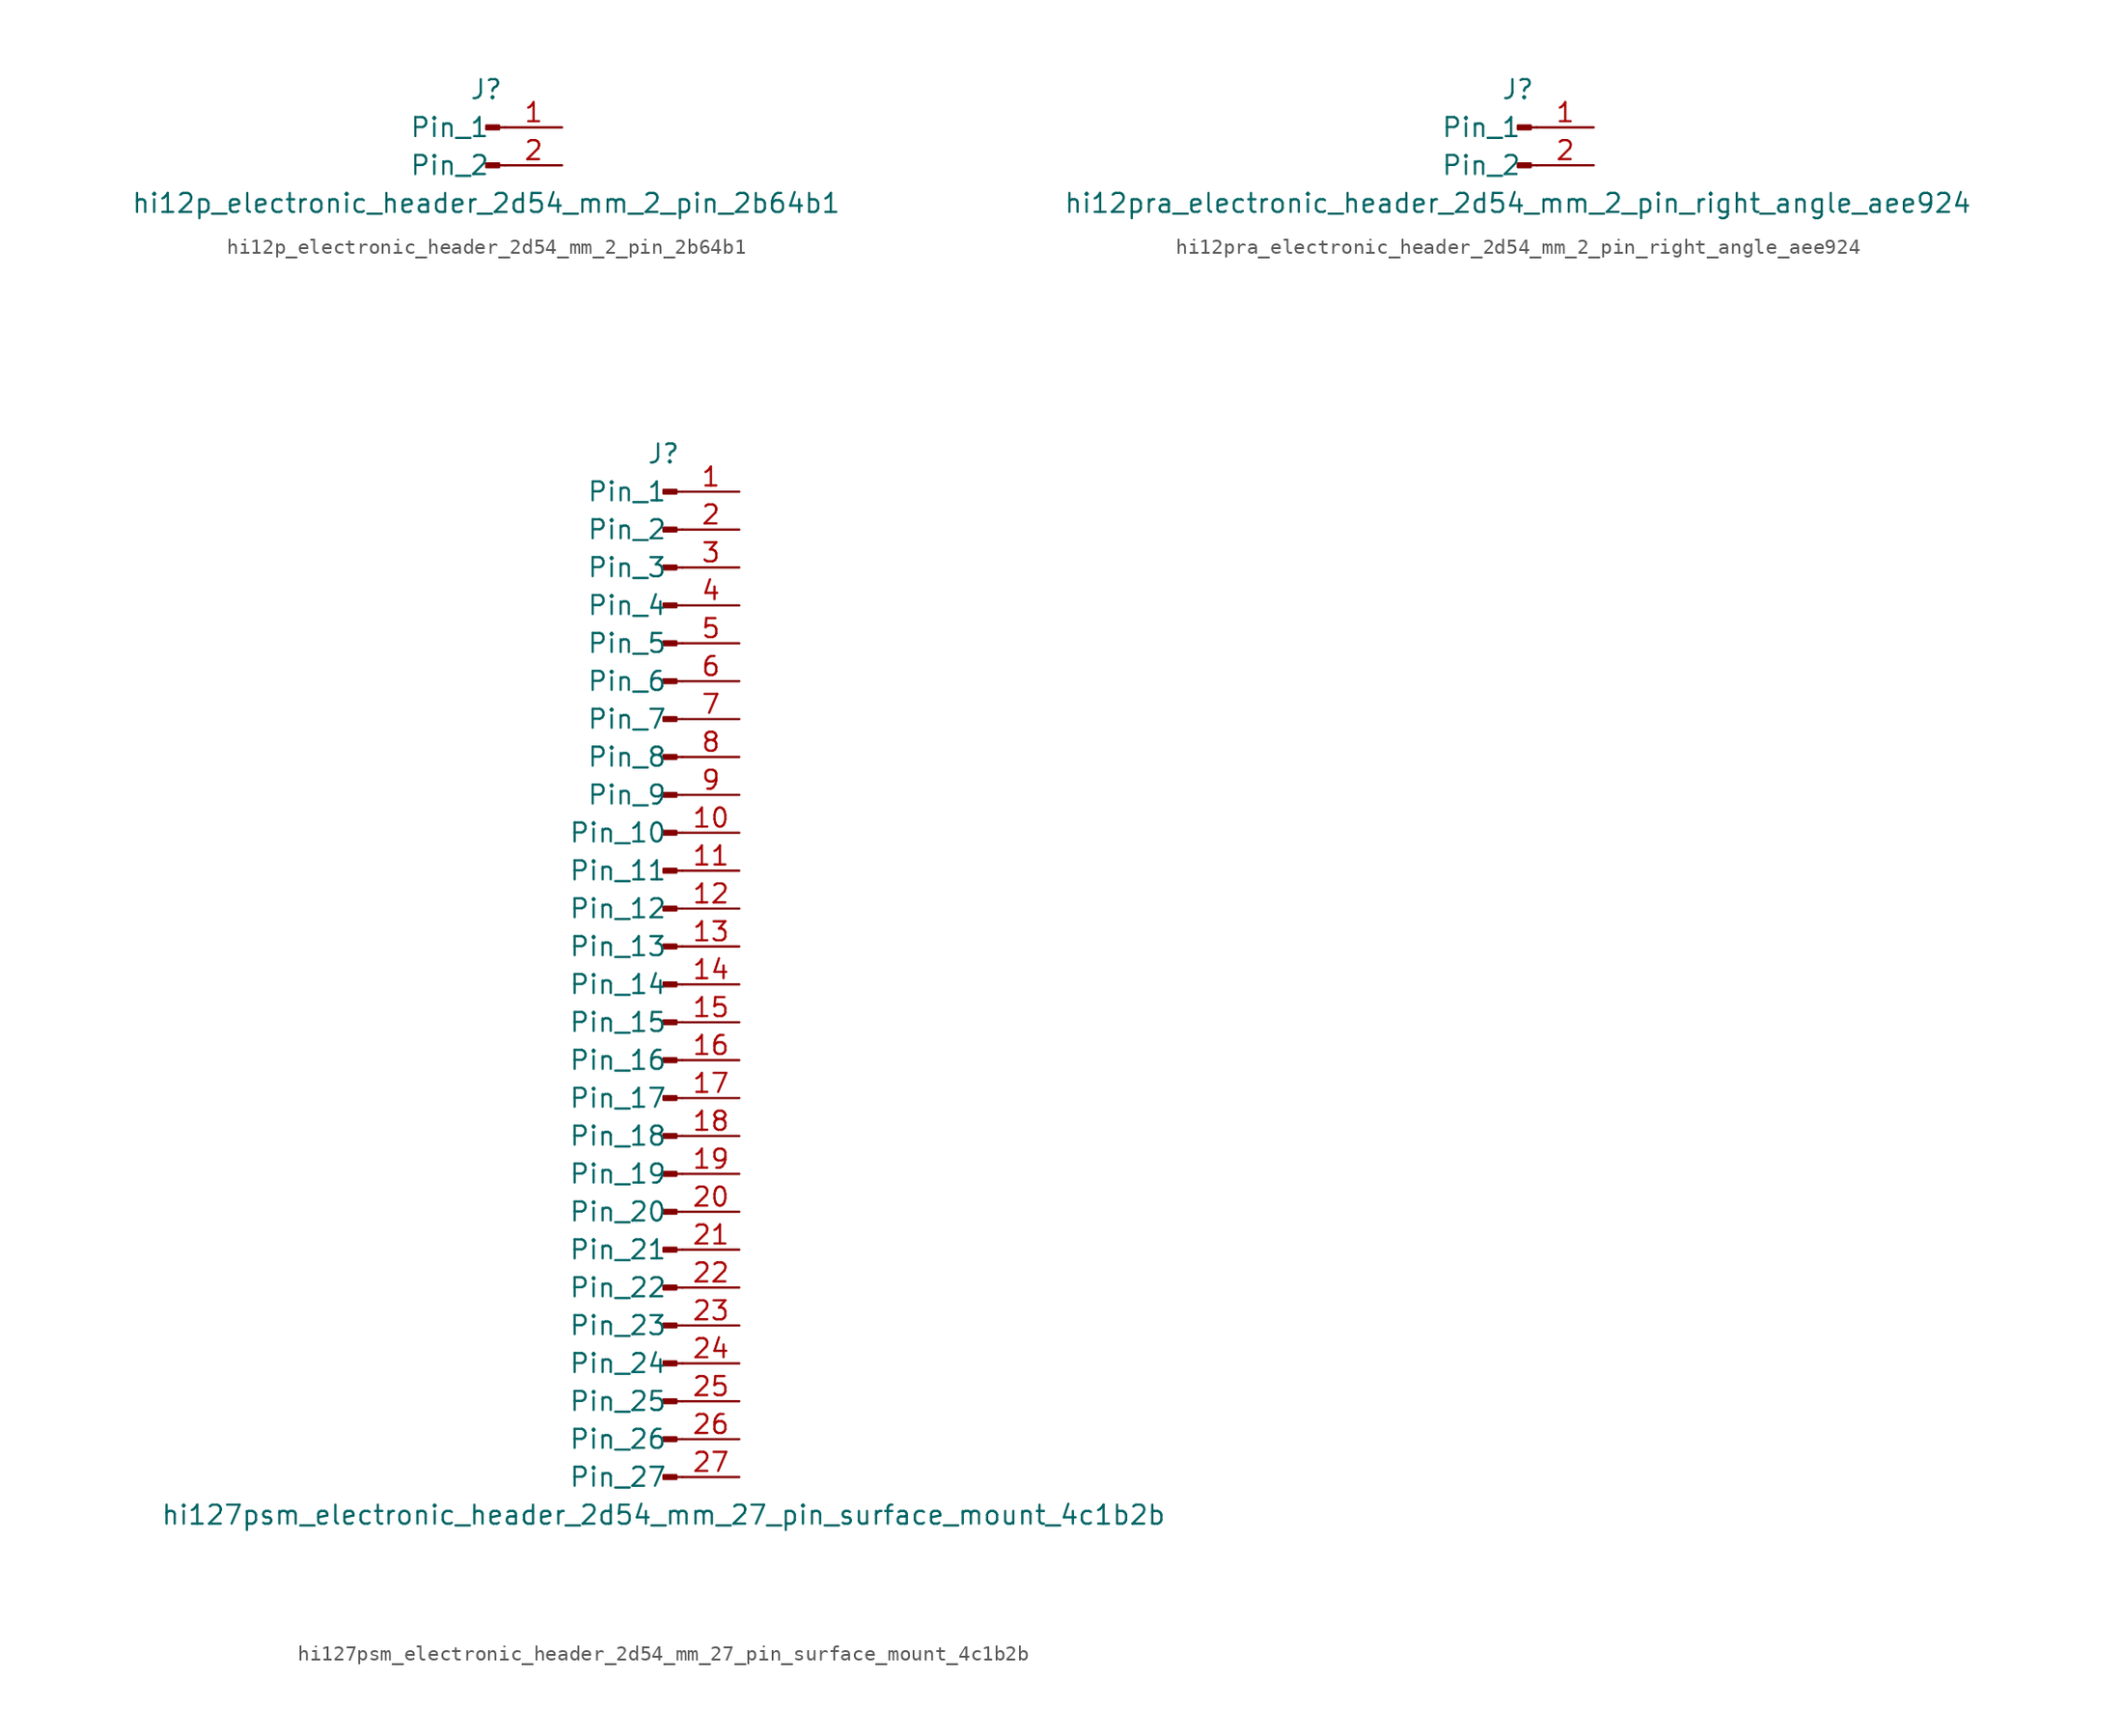
<source format=kicad_sym>
(kicad_symbol_lib
  (version 20220914)
  (generator kicad_symbol_editor)
  (symbol "hi12p_electronic_header_2d54_mm_2_pin_2b64b1"
    (pin_names
      (offset 1.016))
    (property "Reference" "J"
      (at 0 2.54 0)
      (effects (font (size 1.27 1.27))))
    (property "Value" "hi12p_electronic_header_2d54_mm_2_pin_2b64b1"
      (at 0 -5.08 0)
      (effects (font (size 1.27 1.27))))
    (property "ki_locked" ""
      (at 0 0 0)
      (effects (font (size 1.27 1.27))))
    (symbol "hi12p_electronic_header_2d54_mm_2_pin_2b64b1_1_1"
      (polyline (pts (xy 1.27 -2.54) (xy 0.864 -2.54)) (stroke (width 0.152) (type default)) (fill (type none)))
      (polyline (pts (xy 1.27 0) (xy 0.864 0)) (stroke (width 0.152) (type default)) (fill (type none)))
      (rectangle (start 0.864 -2.413) (end 0 -2.667) (stroke (width 0.152) (type default)) (fill (type outline)))
      (rectangle (start 0.864 0.127) (end 0 -0.127) (stroke (width 0.152) (type default)) (fill (type outline)))
      (pin passive line (at 5.08 0 180) (length 3.81) (name "Pin_1" (effects (font (size 1.27 1.27)))) (number "1" (effects (font (size 1.27 1.27)))))
      (pin passive line (at 5.08 -2.54 180) (length 3.81) (name "Pin_2" (effects (font (size 1.27 1.27)))) (number "2" (effects (font (size 1.27 1.27)))))))
  (symbol "hi12pra_electronic_header_2d54_mm_2_pin_right_angle_aee924"
    (pin_names
      (offset 1.016))
    (property "Reference" "J"
      (at 0 2.54 0)
      (effects (font (size 1.27 1.27))))
    (property "Value" "hi12pra_electronic_header_2d54_mm_2_pin_right_angle_aee924"
      (at 0 -5.08 0)
      (effects (font (size 1.27 1.27))))
    (property "ki_locked" ""
      (at 0 0 0)
      (effects (font (size 1.27 1.27))))
    (symbol "hi12pra_electronic_header_2d54_mm_2_pin_right_angle_aee924_1_1"
      (polyline (pts (xy 1.27 -2.54) (xy 0.864 -2.54)) (stroke (width 0.152) (type default)) (fill (type none)))
      (polyline (pts (xy 1.27 0) (xy 0.864 0)) (stroke (width 0.152) (type default)) (fill (type none)))
      (rectangle (start 0.864 -2.413) (end 0 -2.667) (stroke (width 0.152) (type default)) (fill (type outline)))
      (rectangle (start 0.864 0.127) (end 0 -0.127) (stroke (width 0.152) (type default)) (fill (type outline)))
      (pin passive line (at 5.08 0 180) (length 3.81) (name "Pin_1" (effects (font (size 1.27 1.27)))) (number "1" (effects (font (size 1.27 1.27)))))
      (pin passive line (at 5.08 -2.54 180) (length 3.81) (name "Pin_2" (effects (font (size 1.27 1.27)))) (number "2" (effects (font (size 1.27 1.27)))))))
  (symbol "hi127psm_electronic_header_2d54_mm_27_pin_surface_mount_4c1b2b"
    (pin_names
      (offset 1.016))
    (property "Reference" "J"
      (at 0 35.56 0)
      (effects (font (size 1.27 1.27))))
    (property "Value" "hi127psm_electronic_header_2d54_mm_27_pin_surface_mount_4c1b2b"
      (at 0 -35.56 0)
      (effects (font (size 1.27 1.27))))
    (property "ki_locked" ""
      (at 0 0 0)
      (effects (font (size 1.27 1.27))))
    (symbol "hi127psm_electronic_header_2d54_mm_27_pin_surface_mount_4c1b2b_1_1"
      (polyline (pts (xy 1.27 -33.02) (xy 0.864 -33.02)) (stroke (width 0.152) (type default)) (fill (type none)))
      (polyline (pts (xy 1.27 -30.48) (xy 0.864 -30.48)) (stroke (width 0.152) (type default)) (fill (type none)))
      (polyline (pts (xy 1.27 -27.94) (xy 0.864 -27.94)) (stroke (width 0.152) (type default)) (fill (type none)))
      (polyline (pts (xy 1.27 -25.4) (xy 0.864 -25.4)) (stroke (width 0.152) (type default)) (fill (type none)))
      (polyline (pts (xy 1.27 -22.86) (xy 0.864 -22.86)) (stroke (width 0.152) (type default)) (fill (type none)))
      (polyline (pts (xy 1.27 -20.32) (xy 0.864 -20.32)) (stroke (width 0.152) (type default)) (fill (type none)))
      (polyline (pts (xy 1.27 -17.78) (xy 0.864 -17.78)) (stroke (width 0.152) (type default)) (fill (type none)))
      (polyline (pts (xy 1.27 -15.24) (xy 0.864 -15.24)) (stroke (width 0.152) (type default)) (fill (type none)))
      (polyline (pts (xy 1.27 -12.7) (xy 0.864 -12.7)) (stroke (width 0.152) (type default)) (fill (type none)))
      (polyline (pts (xy 1.27 -10.16) (xy 0.864 -10.16)) (stroke (width 0.152) (type default)) (fill (type none)))
      (polyline (pts (xy 1.27 -7.62) (xy 0.864 -7.62)) (stroke (width 0.152) (type default)) (fill (type none)))
      (polyline (pts (xy 1.27 -5.08) (xy 0.864 -5.08)) (stroke (width 0.152) (type default)) (fill (type none)))
      (polyline (pts (xy 1.27 -2.54) (xy 0.864 -2.54)) (stroke (width 0.152) (type default)) (fill (type none)))
      (polyline (pts (xy 1.27 0) (xy 0.864 0)) (stroke (width 0.152) (type default)) (fill (type none)))
      (polyline (pts (xy 1.27 2.54) (xy 0.864 2.54)) (stroke (width 0.152) (type default)) (fill (type none)))
      (polyline (pts (xy 1.27 5.08) (xy 0.864 5.08)) (stroke (width 0.152) (type default)) (fill (type none)))
      (polyline (pts (xy 1.27 7.62) (xy 0.864 7.62)) (stroke (width 0.152) (type default)) (fill (type none)))
      (polyline (pts (xy 1.27 10.16) (xy 0.864 10.16)) (stroke (width 0.152) (type default)) (fill (type none)))
      (polyline (pts (xy 1.27 12.7) (xy 0.864 12.7)) (stroke (width 0.152) (type default)) (fill (type none)))
      (polyline (pts (xy 1.27 15.24) (xy 0.864 15.24)) (stroke (width 0.152) (type default)) (fill (type none)))
      (polyline (pts (xy 1.27 17.78) (xy 0.864 17.78)) (stroke (width 0.152) (type default)) (fill (type none)))
      (polyline (pts (xy 1.27 20.32) (xy 0.864 20.32)) (stroke (width 0.152) (type default)) (fill (type none)))
      (polyline (pts (xy 1.27 22.86) (xy 0.864 22.86)) (stroke (width 0.152) (type default)) (fill (type none)))
      (polyline (pts (xy 1.27 25.4) (xy 0.864 25.4)) (stroke (width 0.152) (type default)) (fill (type none)))
      (polyline (pts (xy 1.27 27.94) (xy 0.864 27.94)) (stroke (width 0.152) (type default)) (fill (type none)))
      (polyline (pts (xy 1.27 30.48) (xy 0.864 30.48)) (stroke (width 0.152) (type default)) (fill (type none)))
      (polyline (pts (xy 1.27 33.02) (xy 0.864 33.02)) (stroke (width 0.152) (type default)) (fill (type none)))
      (rectangle (start 0.864 -32.893) (end 0 -33.147) (stroke (width 0.152) (type default)) (fill (type outline)))
      (rectangle (start 0.864 -30.353) (end 0 -30.607) (stroke (width 0.152) (type default)) (fill (type outline)))
      (rectangle (start 0.864 -27.813) (end 0 -28.067) (stroke (width 0.152) (type default)) (fill (type outline)))
      (rectangle (start 0.864 -25.273) (end 0 -25.527) (stroke (width 0.152) (type default)) (fill (type outline)))
      (rectangle (start 0.864 -22.733) (end 0 -22.987) (stroke (width 0.152) (type default)) (fill (type outline)))
      (rectangle (start 0.864 -20.193) (end 0 -20.447) (stroke (width 0.152) (type default)) (fill (type outline)))
      (rectangle (start 0.864 -17.653) (end 0 -17.907) (stroke (width 0.152) (type default)) (fill (type outline)))
      (rectangle (start 0.864 -15.113) (end 0 -15.367) (stroke (width 0.152) (type default)) (fill (type outline)))
      (rectangle (start 0.864 -12.573) (end 0 -12.827) (stroke (width 0.152) (type default)) (fill (type outline)))
      (rectangle (start 0.864 -10.033) (end 0 -10.287) (stroke (width 0.152) (type default)) (fill (type outline)))
      (rectangle (start 0.864 -7.493) (end 0 -7.747) (stroke (width 0.152) (type default)) (fill (type outline)))
      (rectangle (start 0.864 -4.953) (end 0 -5.207) (stroke (width 0.152) (type default)) (fill (type outline)))
      (rectangle (start 0.864 -2.413) (end 0 -2.667) (stroke (width 0.152) (type default)) (fill (type outline)))
      (rectangle (start 0.864 0.127) (end 0 -0.127) (stroke (width 0.152) (type default)) (fill (type outline)))
      (rectangle (start 0.864 2.667) (end 0 2.413) (stroke (width 0.152) (type default)) (fill (type outline)))
      (rectangle (start 0.864 5.207) (end 0 4.953) (stroke (width 0.152) (type default)) (fill (type outline)))
      (rectangle (start 0.864 7.747) (end 0 7.493) (stroke (width 0.152) (type default)) (fill (type outline)))
      (rectangle (start 0.864 10.287) (end 0 10.033) (stroke (width 0.152) (type default)) (fill (type outline)))
      (rectangle (start 0.864 12.827) (end 0 12.573) (stroke (width 0.152) (type default)) (fill (type outline)))
      (rectangle (start 0.864 15.367) (end 0 15.113) (stroke (width 0.152) (type default)) (fill (type outline)))
      (rectangle (start 0.864 17.907) (end 0 17.653) (stroke (width 0.152) (type default)) (fill (type outline)))
      (rectangle (start 0.864 20.447) (end 0 20.193) (stroke (width 0.152) (type default)) (fill (type outline)))
      (rectangle (start 0.864 22.987) (end 0 22.733) (stroke (width 0.152) (type default)) (fill (type outline)))
      (rectangle (start 0.864 25.527) (end 0 25.273) (stroke (width 0.152) (type default)) (fill (type outline)))
      (rectangle (start 0.864 28.067) (end 0 27.813) (stroke (width 0.152) (type default)) (fill (type outline)))
      (rectangle (start 0.864 30.607) (end 0 30.353) (stroke (width 0.152) (type default)) (fill (type outline)))
      (rectangle (start 0.864 33.147) (end 0 32.893) (stroke (width 0.152) (type default)) (fill (type outline)))
      (pin passive line (at 5.08 33.02 180) (length 3.81) (name "Pin_1" (effects (font (size 1.27 1.27)))) (number "1" (effects (font (size 1.27 1.27)))))
      (pin passive line (at 5.08 10.16 180) (length 3.81) (name "Pin_10" (effects (font (size 1.27 1.27)))) (number "10" (effects (font (size 1.27 1.27)))))
      (pin passive line (at 5.08 7.62 180) (length 3.81) (name "Pin_11" (effects (font (size 1.27 1.27)))) (number "11" (effects (font (size 1.27 1.27)))))
      (pin passive line (at 5.08 5.08 180) (length 3.81) (name "Pin_12" (effects (font (size 1.27 1.27)))) (number "12" (effects (font (size 1.27 1.27)))))
      (pin passive line (at 5.08 2.54 180) (length 3.81) (name "Pin_13" (effects (font (size 1.27 1.27)))) (number "13" (effects (font (size 1.27 1.27)))))
      (pin passive line (at 5.08 0 180) (length 3.81) (name "Pin_14" (effects (font (size 1.27 1.27)))) (number "14" (effects (font (size 1.27 1.27)))))
      (pin passive line (at 5.08 -2.54 180) (length 3.81) (name "Pin_15" (effects (font (size 1.27 1.27)))) (number "15" (effects (font (size 1.27 1.27)))))
      (pin passive line (at 5.08 -5.08 180) (length 3.81) (name "Pin_16" (effects (font (size 1.27 1.27)))) (number "16" (effects (font (size 1.27 1.27)))))
      (pin passive line (at 5.08 -7.62 180) (length 3.81) (name "Pin_17" (effects (font (size 1.27 1.27)))) (number "17" (effects (font (size 1.27 1.27)))))
      (pin passive line (at 5.08 -10.16 180) (length 3.81) (name "Pin_18" (effects (font (size 1.27 1.27)))) (number "18" (effects (font (size 1.27 1.27)))))
      (pin passive line (at 5.08 -12.7 180) (length 3.81) (name "Pin_19" (effects (font (size 1.27 1.27)))) (number "19" (effects (font (size 1.27 1.27)))))
      (pin passive line (at 5.08 30.48 180) (length 3.81) (name "Pin_2" (effects (font (size 1.27 1.27)))) (number "2" (effects (font (size 1.27 1.27)))))
      (pin passive line (at 5.08 -15.24 180) (length 3.81) (name "Pin_20" (effects (font (size 1.27 1.27)))) (number "20" (effects (font (size 1.27 1.27)))))
      (pin passive line (at 5.08 -17.78 180) (length 3.81) (name "Pin_21" (effects (font (size 1.27 1.27)))) (number "21" (effects (font (size 1.27 1.27)))))
      (pin passive line (at 5.08 -20.32 180) (length 3.81) (name "Pin_22" (effects (font (size 1.27 1.27)))) (number "22" (effects (font (size 1.27 1.27)))))
      (pin passive line (at 5.08 -22.86 180) (length 3.81) (name "Pin_23" (effects (font (size 1.27 1.27)))) (number "23" (effects (font (size 1.27 1.27)))))
      (pin passive line (at 5.08 -25.4 180) (length 3.81) (name "Pin_24" (effects (font (size 1.27 1.27)))) (number "24" (effects (font (size 1.27 1.27)))))
      (pin passive line (at 5.08 -27.94 180) (length 3.81) (name "Pin_25" (effects (font (size 1.27 1.27)))) (number "25" (effects (font (size 1.27 1.27)))))
      (pin passive line (at 5.08 -30.48 180) (length 3.81) (name "Pin_26" (effects (font (size 1.27 1.27)))) (number "26" (effects (font (size 1.27 1.27)))))
      (pin passive line (at 5.08 -33.02 180) (length 3.81) (name "Pin_27" (effects (font (size 1.27 1.27)))) (number "27" (effects (font (size 1.27 1.27)))))
      (pin passive line (at 5.08 27.94 180) (length 3.81) (name "Pin_3" (effects (font (size 1.27 1.27)))) (number "3" (effects (font (size 1.27 1.27)))))
      (pin passive line (at 5.08 25.4 180) (length 3.81) (name "Pin_4" (effects (font (size 1.27 1.27)))) (number "4" (effects (font (size 1.27 1.27)))))
      (pin passive line (at 5.08 22.86 180) (length 3.81) (name "Pin_5" (effects (font (size 1.27 1.27)))) (number "5" (effects (font (size 1.27 1.27)))))
      (pin passive line (at 5.08 20.32 180) (length 3.81) (name "Pin_6" (effects (font (size 1.27 1.27)))) (number "6" (effects (font (size 1.27 1.27)))))
      (pin passive line (at 5.08 17.78 180) (length 3.81) (name "Pin_7" (effects (font (size 1.27 1.27)))) (number "7" (effects (font (size 1.27 1.27)))))
      (pin passive line (at 5.08 15.24 180) (length 3.81) (name "Pin_8" (effects (font (size 1.27 1.27)))) (number "8" (effects (font (size 1.27 1.27)))))
      (pin passive line (at 5.08 12.7 180) (length 3.81) (name "Pin_9" (effects (font (size 1.27 1.27)))) (number "9" (effects (font (size 1.27 1.27))))))))
</source>
